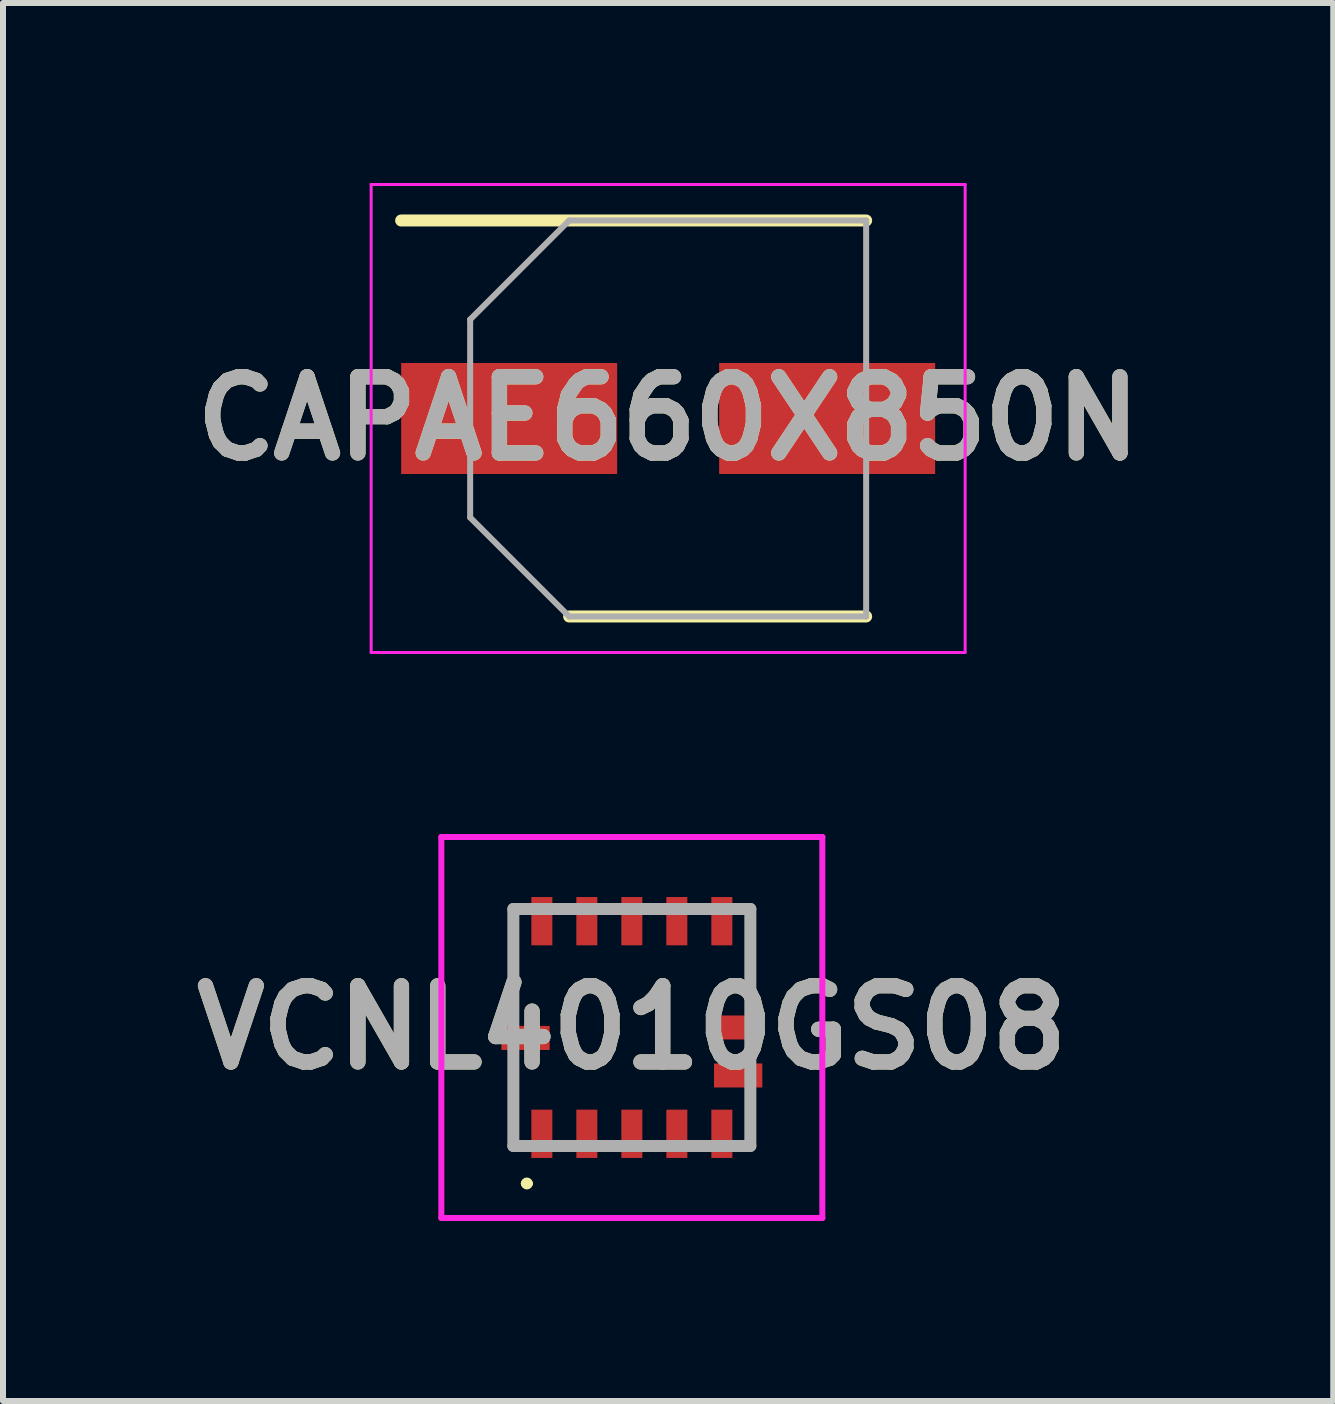
<source format=kicad_pcb>
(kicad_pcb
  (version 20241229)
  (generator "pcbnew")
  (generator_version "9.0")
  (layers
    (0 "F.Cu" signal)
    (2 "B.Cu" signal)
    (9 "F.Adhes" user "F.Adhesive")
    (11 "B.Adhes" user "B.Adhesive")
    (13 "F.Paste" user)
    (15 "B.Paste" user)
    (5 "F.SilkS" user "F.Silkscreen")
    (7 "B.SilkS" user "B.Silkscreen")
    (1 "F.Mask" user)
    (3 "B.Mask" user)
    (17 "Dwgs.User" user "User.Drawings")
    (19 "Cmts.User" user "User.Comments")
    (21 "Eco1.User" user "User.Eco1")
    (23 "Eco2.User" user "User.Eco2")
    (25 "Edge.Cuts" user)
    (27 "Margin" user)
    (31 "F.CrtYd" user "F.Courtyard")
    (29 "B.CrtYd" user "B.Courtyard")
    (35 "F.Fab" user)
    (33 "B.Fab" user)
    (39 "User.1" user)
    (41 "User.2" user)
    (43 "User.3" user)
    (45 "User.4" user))
  (footprint "CAPAE660X850N"
    (layer "F.Cu")
    (at 8.086 3.925)
    (property "Reference" "CAPAE660X850N" (at 0 0 0) (layer "F.SilkS") (effects (font (size 1.27 1.27) (thickness 0.254))))
    (attr smd)
    (fp_line (start -4.45 -3.3) (end 3.3 -3.3) (stroke (width 0.2) (type solid)) (layer "F.SilkS"))
    (fp_line (start -1.65 3.3) (end 3.3 3.3) (stroke (width 0.2) (type solid)) (layer "F.SilkS"))
    (fp_line (start -4.95 -3.9) (end 4.95 -3.9) (stroke (width 0.05) (type solid)) (layer "F.CrtYd"))
    (fp_line (start -4.95 3.9) (end -4.95 -3.9) (stroke (width 0.05) (type solid)) (layer "F.CrtYd"))
    (fp_line (start 4.95 -3.9) (end 4.95 3.9) (stroke (width 0.05) (type solid)) (layer "F.CrtYd"))
    (fp_line (start 4.95 3.9) (end -4.95 3.9) (stroke (width 0.05) (type solid)) (layer "F.CrtYd"))
    (fp_line (start -3.3 -1.65) (end -3.3 1.65) (stroke (width 0.1) (type solid)) (layer "F.Fab"))
    (fp_line (start -3.3 1.65) (end -1.65 3.3) (stroke (width 0.1) (type solid)) (layer "F.Fab"))
    (fp_line (start -1.65 -3.3) (end -3.3 -1.65) (stroke (width 0.1) (type solid)) (layer "F.Fab"))
    (fp_line (start -1.65 3.3) (end 3.3 3.3) (stroke (width 0.1) (type solid)) (layer "F.Fab"))
    (fp_line (start 3.3 -3.3) (end -1.65 -3.3) (stroke (width 0.1) (type solid)) (layer "F.Fab"))
    (fp_line (start 3.3 3.3) (end 3.3 -3.3) (stroke (width 0.1) (type solid)) (layer "F.Fab"))
    (fp_text user "${REFERENCE}" (at 0 0 0) (layer "F.Fab") (effects (font (size 1.27 1.27) (thickness 0.254))))
    (pad "1" smd rect (at -2.65 0 90) (size 1.85 3.6) (layers "F.Cu" "F.Mask" "F.Paste"))
    (pad "2" smd rect (at 2.65 0 90) (size 1.85 3.6) (layers "F.Cu" "F.Mask" "F.Paste")))
  (footprint "VCNL4010GS08"
    (layer "F.Cu")
    (at 7.481 14.075)
    (property "Reference" "VCNL4010GS08" (at 0 0 0) (layer "F.SilkS") (effects (font (size 1.27 1.27) (thickness 0.254))))
    (attr smd)
    (fp_line (start -1.975 -2) (end -1.975 -0.2) (stroke (width 0.1) (type solid)) (layer "F.SilkS"))
    (fp_line (start -1.975 0.6) (end -2 2) (stroke (width 0.1) (type solid)) (layer "F.SilkS"))
    (fp_line (start -1.8 2.6) (end -1.8 2.6) (stroke (width 0.1) (type solid)) (layer "F.SilkS"))
    (fp_line (start -1.7 2.6) (end -1.7 2.6) (stroke (width 0.1) (type solid)) (layer "F.SilkS"))
    (fp_line (start 1.975 -2) (end 1.975 -0.4) (stroke (width 0.1) (type solid)) (layer "F.SilkS"))
    (fp_line (start 1.975 1.2) (end 1.975 2) (stroke (width 0.1) (type solid)) (layer "F.SilkS"))
    (fp_arc (start -1.8 2.6) (mid -1.75 2.55) (end -1.7 2.6) (stroke (width 0.1) (type solid)) (layer "F.SilkS"))
    (fp_arc (start -1.7 2.6) (mid -1.75 2.65) (end -1.8 2.6) (stroke (width 0.1) (type solid)) (layer "F.SilkS"))
    (fp_line (start -3.175 -3.175) (end 3.175 -3.175) (stroke (width 0.1) (type solid)) (layer "F.CrtYd"))
    (fp_line (start -3.175 3.175) (end -3.175 -3.175) (stroke (width 0.1) (type solid)) (layer "F.CrtYd"))
    (fp_line (start 3.175 -3.175) (end 3.175 3.175) (stroke (width 0.1) (type solid)) (layer "F.CrtYd"))
    (fp_line (start 3.175 3.175) (end -3.175 3.175) (stroke (width 0.1) (type solid)) (layer "F.CrtYd"))
    (fp_line (start -1.975 -1.975) (end 1.975 -1.975) (stroke (width 0.2) (type solid)) (layer "F.Fab"))
    (fp_line (start -1.975 1.975) (end -1.975 -1.975) (stroke (width 0.2) (type solid)) (layer "F.Fab"))
    (fp_line (start 1.975 -1.975) (end 1.975 1.975) (stroke (width 0.2) (type solid)) (layer "F.Fab"))
    (fp_line (start 1.975 1.975) (end -1.975 1.975) (stroke (width 0.2) (type solid)) (layer "F.Fab"))
    (fp_text user "${REFERENCE}" (at 0 0 0) (layer "F.Fab") (effects (font (size 1.27 1.27) (thickness 0.254))))
    (pad "1" smd rect (at -1.5 1.772) (size 0.35 0.805) (layers "F.Cu" "F.Mask" "F.Paste"))
    (pad "2" smd rect (at -0.75 1.772) (size 0.35 0.805) (layers "F.Cu" "F.Mask" "F.Paste"))
    (pad "3" smd rect (at 0 1.772) (size 0.35 0.805) (layers "F.Cu" "F.Mask" "F.Paste"))
    (pad "4" smd rect (at 0.75 1.772) (size 0.35 0.805) (layers "F.Cu" "F.Mask" "F.Paste"))
    (pad "5" smd rect (at 1.5 1.772) (size 0.35 0.805) (layers "F.Cu" "F.Mask" "F.Paste"))
    (pad "6" smd rect (at 1.772 0.8 90) (size 0.4 0.805) (layers "F.Cu" "F.Mask" "F.Paste"))
    (pad "7" smd rect (at 1.5 -1.772) (size 0.35 0.805) (layers "F.Cu" "F.Mask" "F.Paste"))
    (pad "8" smd rect (at 0.75 -1.772) (size 0.35 0.805) (layers "F.Cu" "F.Mask" "F.Paste"))
    (pad "9" smd rect (at 0 -1.772) (size 0.35 0.805) (layers "F.Cu" "F.Mask" "F.Paste"))
    (pad "10" smd rect (at -0.75 -1.772) (size 0.35 0.805) (layers "F.Cu" "F.Mask" "F.Paste"))
    (pad "11" smd rect (at -1.5 -1.772) (size 0.35 0.805) (layers "F.Cu" "F.Mask" "F.Paste"))
    (pad "12" smd rect (at -1.772 0.175 90) (size 0.4 0.805) (layers "F.Cu" "F.Mask" "F.Paste"))
    (pad "13" smd rect (at 1.772 0 90) (size 0.4 0.805) (layers "F.Cu" "F.Mask" "F.Paste")))
  (gr_rect
    (start -3 -3)
    (end 19.171 20.3)
    (stroke (width 0.1) (type default))
    (fill no)
    (layer "Edge.Cuts")))
</source>
